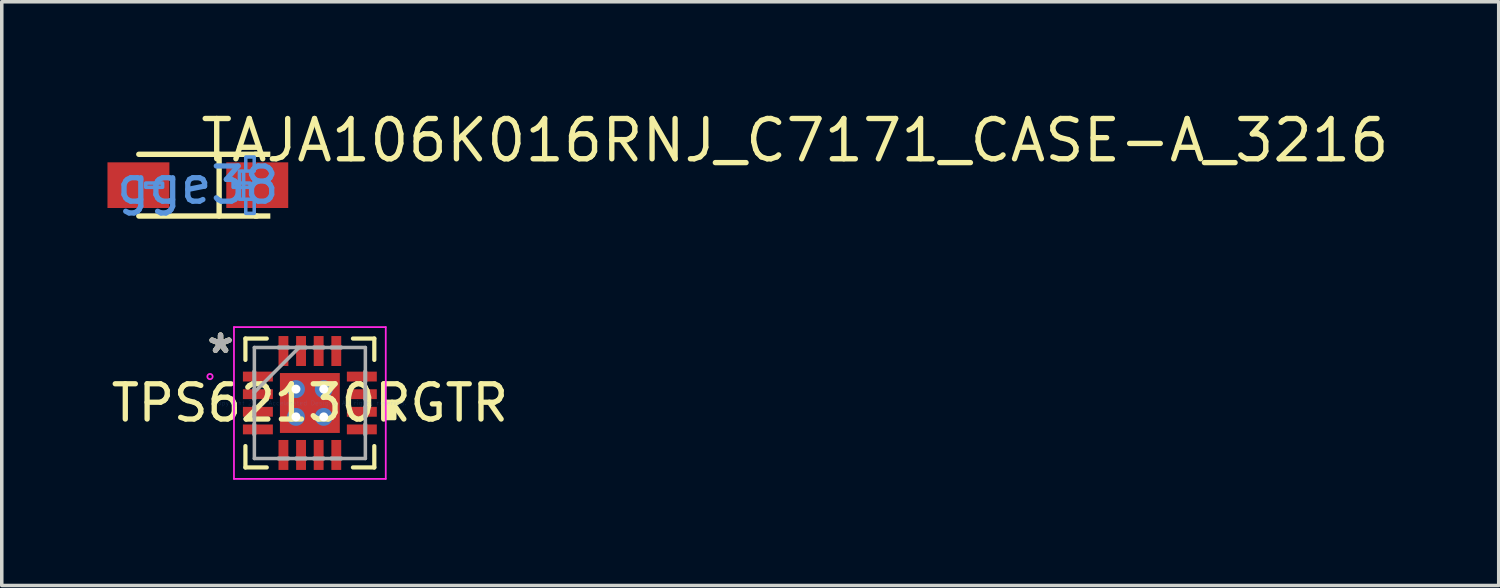
<source format=kicad_pcb>
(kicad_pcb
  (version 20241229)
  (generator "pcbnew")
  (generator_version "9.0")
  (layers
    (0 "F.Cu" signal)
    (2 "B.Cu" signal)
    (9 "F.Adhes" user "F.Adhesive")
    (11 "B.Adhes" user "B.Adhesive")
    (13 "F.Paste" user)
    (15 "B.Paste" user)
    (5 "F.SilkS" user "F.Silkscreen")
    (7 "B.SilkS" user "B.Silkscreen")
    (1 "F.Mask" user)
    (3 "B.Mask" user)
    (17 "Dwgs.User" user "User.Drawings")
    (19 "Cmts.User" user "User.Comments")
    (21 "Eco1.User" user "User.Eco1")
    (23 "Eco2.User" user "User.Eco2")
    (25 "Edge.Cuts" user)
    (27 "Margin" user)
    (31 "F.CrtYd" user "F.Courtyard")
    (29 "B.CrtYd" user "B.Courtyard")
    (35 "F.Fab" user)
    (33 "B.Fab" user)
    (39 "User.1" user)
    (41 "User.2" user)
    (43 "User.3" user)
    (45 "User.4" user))
  (footprint "TAJA106K016RNJ_C7171_CASE-A_3216"
    (layer "F.Cu")
    (at 2.565 2.205)
    (property "Reference" "TAJA106K016RNJ_C7171_CASE-A_3216" (at 0 -1.27 0) (layer "F.SilkS") (effects (font (size 1.143 1.143) (thickness 0.152)) (justify left)))
    (attr smd)
    (fp_line (start -1.676 -0.876) (end 1.676 -0.876) (stroke (width 0.152) (type solid)) (layer "F.SilkS"))
    (fp_line (start -1.676 0.876) (end 1.676 0.876) (stroke (width 0.152) (type solid)) (layer "F.SilkS"))
    (fp_line (start 0.604 -0.876) (end 0.604 0.876) (stroke (width 0.152) (type solid)) (layer "F.SilkS"))
    (fp_poly (pts (xy 1.6 -0.952) (xy 1.6 -0.8) (xy 2.057 -0.8) (xy 2.057 -0.952)) (stroke (width 0) (type solid)) (fill yes) (layer "F.SilkS"))
    (fp_poly (pts (xy 1.6 0.952) (xy 1.6 0.8) (xy 2.057 0.8) (xy 2.057 0.952)) (stroke (width 0) (type solid)) (fill yes) (layer "F.SilkS"))
    (fp_poly (pts (xy -1.48 0.06) (xy -1.48 -0.06) (xy -1 -0.06) (xy -1 0.06)) (stroke (width 0.1) (type solid)) (fill no) (layer "Cmts.User"))
    (fp_poly (pts (xy 1.3 0.4) (xy 1.3 -0.4) (xy 1.18 -0.4) (xy 1.18 0.4)) (stroke (width 0.1) (type solid)) (fill no) (layer "Cmts.User"))
    (fp_poly (pts (xy 1.48 0.06) (xy 1.48 -0.06) (xy 1 -0.06) (xy 1 0.06)) (stroke (width 0.1) (type solid)) (fill no) (layer "Cmts.User"))
    (fp_poly (pts (xy 1.6 -0.8) (xy 1.6 -0.4) (xy 1.36 -0.4) (xy 1.36 -0.8)) (stroke (width 0.1) (type solid)) (fill no) (layer "Cmts.User"))
    (fp_poly (pts (xy 1.6 0.8) (xy 1.6 0.4) (xy 1.36 0.4) (xy 1.36 0.8)) (stroke (width 0.1) (type solid)) (fill no) (layer "Cmts.User"))
    (fp_text user "gge38" (at 0 0 0) (layer "Cmts.User") (effects (font (size 1 1) (thickness 0.15))))
    (pad "1" smd rect (at 1.686 0) (size 1.758 1.296) (layers "F.Cu" "F.Mask" "F.Paste"))
    (pad "2" smd rect (at -1.686 0) (size 1.758 1.296) (layers "F.Cu" "F.Mask" "F.Paste")))
  (footprint "TPS62130RGTR"
    (layer "F.Cu")
    (at 5.744 8.387)
    (property "Reference" "TPS62130RGTR" (at 0 0 0) (layer "F.SilkS") (effects (font (size 1 1) (thickness 0.15))))
    (attr through_hole)
    (fp_poly (pts (xy -1.97 -0.96) (xy -1.97 -0.54) (xy -0.98 -0.54) (xy -0.98 -0.96)) (stroke (width 0.1) (type solid)) (fill yes) (layer "F.Mask"))
    (fp_poly (pts (xy -1.97 -0.46) (xy -1.97 -0.04) (xy -0.98 -0.04) (xy -0.98 -0.46)) (stroke (width 0.1) (type solid)) (fill yes) (layer "F.Mask"))
    (fp_poly (pts (xy -1.97 0.04) (xy -1.97 0.46) (xy -0.98 0.46) (xy -0.98 0.04)) (stroke (width 0.1) (type solid)) (fill yes) (layer "F.Mask"))
    (fp_poly (pts (xy -1.97 0.54) (xy -1.97 0.96) (xy -0.98 0.96) (xy -0.98 0.54)) (stroke (width 0.1) (type solid)) (fill yes) (layer "F.Mask"))
    (fp_poly (pts (xy -0.96 -1.97) (xy -0.96 -0.98) (xy -0.541 -0.98) (xy -0.541 -1.97)) (stroke (width 0.1) (type solid)) (fill yes) (layer "F.Mask"))
    (fp_poly (pts (xy -0.96 0.98) (xy -0.96 1.97) (xy -0.541 1.97) (xy -0.541 0.98)) (stroke (width 0.1) (type solid)) (fill yes) (layer "F.Mask"))
    (fp_poly (pts (xy -0.913 -0.913) (xy -0.594 -0.913) (xy -0.594 0.913) (xy -0.913 0.913)) (stroke (width 0.1) (type solid)) (fill yes) (layer "F.Mask"))
    (fp_poly (pts (xy -0.913 -0.913) (xy 0.913 -0.913) (xy 0.913 -0.594) (xy -0.913 -0.594)) (stroke (width 0.1) (type solid)) (fill yes) (layer "F.Mask"))
    (fp_poly (pts (xy -0.913 -0.194) (xy 0.913 -0.194) (xy 0.913 0.194) (xy -0.913 0.194)) (stroke (width 0.1) (type solid)) (fill yes) (layer "F.Mask"))
    (fp_poly (pts (xy -0.913 0.594) (xy 0.913 0.594) (xy 0.913 0.913) (xy -0.913 0.913)) (stroke (width 0.1) (type solid)) (fill yes) (layer "F.Mask"))
    (fp_poly (pts (xy -0.46 -1.97) (xy -0.46 -0.98) (xy -0.04 -0.98) (xy -0.04 -1.97)) (stroke (width 0.1) (type solid)) (fill yes) (layer "F.Mask"))
    (fp_poly (pts (xy -0.46 0.98) (xy -0.46 1.97) (xy -0.04 1.97) (xy -0.04 0.98)) (stroke (width 0.1) (type solid)) (fill yes) (layer "F.Mask"))
    (fp_poly (pts (xy 0.04 -1.97) (xy 0.04 -0.98) (xy 0.46 -0.98) (xy 0.46 -1.97)) (stroke (width 0.1) (type solid)) (fill yes) (layer "F.Mask"))
    (fp_poly (pts (xy 0.04 0.98) (xy 0.04 1.97) (xy 0.46 1.97) (xy 0.46 0.98)) (stroke (width 0.1) (type solid)) (fill yes) (layer "F.Mask"))
    (fp_poly (pts (xy 0.194 -0.913) (xy -0.194 -0.913) (xy -0.194 0.913) (xy 0.194 0.913)) (stroke (width 0.1) (type solid)) (fill yes) (layer "F.Mask"))
    (fp_poly (pts (xy 0.541 -1.97) (xy 0.541 -0.98) (xy 0.96 -0.98) (xy 0.96 -1.97)) (stroke (width 0.1) (type solid)) (fill yes) (layer "F.Mask"))
    (fp_poly (pts (xy 0.541 0.98) (xy 0.541 1.97) (xy 0.96 1.97) (xy 0.96 0.98)) (stroke (width 0.1) (type solid)) (fill yes) (layer "F.Mask"))
    (fp_poly (pts (xy 0.594 -0.913) (xy 0.913 -0.913) (xy 0.913 0.913) (xy 0.594 0.913)) (stroke (width 0.1) (type solid)) (fill yes) (layer "F.Mask"))
    (fp_poly (pts (xy 0.98 -0.96) (xy 0.98 -0.54) (xy 1.97 -0.54) (xy 1.97 -0.96)) (stroke (width 0.1) (type solid)) (fill yes) (layer "F.Mask"))
    (fp_poly (pts (xy 0.98 -0.46) (xy 0.98 -0.04) (xy 1.97 -0.04) (xy 1.97 -0.46)) (stroke (width 0.1) (type solid)) (fill yes) (layer "F.Mask"))
    (fp_poly (pts (xy 0.98 0.04) (xy 0.98 0.46) (xy 1.97 0.46) (xy 1.97 0.04)) (stroke (width 0.1) (type solid)) (fill yes) (layer "F.Mask"))
    (fp_poly (pts (xy 0.98 0.54) (xy 0.98 0.96) (xy 1.97 0.96) (xy 1.97 0.54)) (stroke (width 0.1) (type solid)) (fill yes) (layer "F.Mask"))
    (fp_line (start -1.829 -1.829) (end -1.829 -1.223) (stroke (width 0.12) (type solid)) (layer "F.SilkS"))
    (fp_line (start -1.829 1.223) (end -1.829 1.829) (stroke (width 0.12) (type solid)) (layer "F.SilkS"))
    (fp_line (start -1.829 1.829) (end -1.223 1.829) (stroke (width 0.12) (type solid)) (layer "F.SilkS"))
    (fp_line (start -1.223 -1.829) (end -1.829 -1.829) (stroke (width 0.12) (type solid)) (layer "F.SilkS"))
    (fp_line (start 1.223 1.829) (end 1.829 1.829) (stroke (width 0.12) (type solid)) (layer "F.SilkS"))
    (fp_line (start 1.829 -1.829) (end 1.223 -1.829) (stroke (width 0.12) (type solid)) (layer "F.SilkS"))
    (fp_line (start 1.829 -1.223) (end 1.829 -1.829) (stroke (width 0.12) (type solid)) (layer "F.SilkS"))
    (fp_line (start 1.829 1.829) (end 1.829 1.223) (stroke (width 0.12) (type solid)) (layer "F.SilkS"))
    (fp_poly (pts (xy 2.408 0.059) (xy 2.408 0.441) (xy 2.154 0.441) (xy 2.154 0.059)) (stroke (width 0.1) (type solid)) (fill yes) (layer "F.SilkS"))
    (fp_poly (pts (xy -1.875 -0.865) (xy -1.875 -0.635) (xy -1.075 -0.635) (xy -1.075 -0.865)) (stroke (width 0.1) (type solid)) (fill yes) (layer "F.Paste"))
    (fp_poly (pts (xy -1.875 -0.365) (xy -1.875 -0.135) (xy -1.075 -0.135) (xy -1.075 -0.365)) (stroke (width 0.1) (type solid)) (fill yes) (layer "F.Paste"))
    (fp_poly (pts (xy -1.875 0.135) (xy -1.875 0.365) (xy -1.075 0.365) (xy -1.075 0.135)) (stroke (width 0.1) (type solid)) (fill yes) (layer "F.Paste"))
    (fp_poly (pts (xy -1.875 0.635) (xy -1.875 0.865) (xy -1.075 0.865) (xy -1.075 0.635)) (stroke (width 0.1) (type solid)) (fill yes) (layer "F.Paste"))
    (fp_poly (pts (xy -0.865 -1.875) (xy -0.865 -1.075) (xy -0.635 -1.075) (xy -0.635 -1.875)) (stroke (width 0.1) (type solid)) (fill yes) (layer "F.Paste"))
    (fp_poly (pts (xy -0.865 1.075) (xy -0.865 1.875) (xy -0.635 1.875) (xy -0.635 1.075)) (stroke (width 0.1) (type solid)) (fill yes) (layer "F.Paste"))
    (fp_poly (pts (xy -0.365 -1.875) (xy -0.365 -1.075) (xy -0.135 -1.075) (xy -0.135 -1.875)) (stroke (width 0.1) (type solid)) (fill yes) (layer "F.Paste"))
    (fp_poly (pts (xy -0.365 1.075) (xy -0.365 1.875) (xy -0.135 1.875) (xy -0.135 1.075)) (stroke (width 0.1) (type solid)) (fill yes) (layer "F.Paste"))
    (fp_poly (pts (xy 0.135 -1.875) (xy 0.135 -1.075) (xy 0.365 -1.075) (xy 0.365 -1.875)) (stroke (width 0.1) (type solid)) (fill yes) (layer "F.Paste"))
    (fp_poly (pts (xy 0.135 1.075) (xy 0.135 1.875) (xy 0.365 1.875) (xy 0.365 1.075)) (stroke (width 0.1) (type solid)) (fill yes) (layer "F.Paste"))
    (fp_poly (pts (xy 0.635 -1.875) (xy 0.635 -1.075) (xy 0.865 -1.075) (xy 0.865 -1.875)) (stroke (width 0.1) (type solid)) (fill yes) (layer "F.Paste"))
    (fp_poly (pts (xy 0.635 1.075) (xy 0.635 1.875) (xy 0.865 1.875) (xy 0.865 1.075)) (stroke (width 0.1) (type solid)) (fill yes) (layer "F.Paste"))
    (fp_poly (pts (xy 1.075 -0.865) (xy 1.075 -0.635) (xy 1.875 -0.635) (xy 1.875 -0.865)) (stroke (width 0.1) (type solid)) (fill yes) (layer "F.Paste"))
    (fp_poly (pts (xy 1.075 -0.365) (xy 1.075 -0.135) (xy 1.875 -0.135) (xy 1.875 -0.365)) (stroke (width 0.1) (type solid)) (fill yes) (layer "F.Paste"))
    (fp_poly (pts (xy 1.075 0.135) (xy 1.075 0.365) (xy 1.875 0.365) (xy 1.875 0.135)) (stroke (width 0.1) (type solid)) (fill yes) (layer "F.Paste"))
    (fp_poly (pts (xy 1.075 0.635) (xy 1.075 0.865) (xy 1.875 0.865) (xy 1.875 0.635)) (stroke (width 0.1) (type solid)) (fill yes) (layer "F.Paste"))
    (fp_poly (pts (xy -0.775 -0.775) (xy -0.775 -0.494) (xy -0.635 -0.494) (xy -0.494 -0.635) (xy -0.494 -0.775)) (stroke (width 0.1) (type solid)) (fill yes) (layer "F.Paste"))
    (fp_poly (pts (xy -0.775 0.494) (xy -0.775 0.775) (xy -0.494 0.775) (xy -0.494 0.635) (xy -0.635 0.494)) (stroke (width 0.1) (type solid)) (fill yes) (layer "F.Paste"))
    (fp_poly (pts (xy 0.494 -0.775) (xy 0.494 -0.635) (xy 0.635 -0.494) (xy 0.775 -0.494) (xy 0.775 -0.775)) (stroke (width 0.1) (type solid)) (fill yes) (layer "F.Paste"))
    (fp_poly (pts (xy 0.635 0.494) (xy 0.494 0.635) (xy 0.494 0.775) (xy 0.775 0.775) (xy 0.775 0.494)) (stroke (width 0.1) (type solid)) (fill yes) (layer "F.Paste"))
    (fp_poly (pts (xy -0.775 -0.294) (xy -0.775 0.294) (xy -0.635 0.294) (xy -0.494 0.152) (xy -0.494 -0.152) (xy -0.635 -0.294)) (stroke (width 0.1) (type solid)) (fill yes) (layer "F.Paste"))
    (fp_poly (pts (xy -0.294 -0.775) (xy -0.294 -0.635) (xy -0.152 -0.494) (xy 0.152 -0.494) (xy 0.294 -0.635) (xy 0.294 -0.775)) (stroke (width 0.1) (type solid)) (fill yes) (layer "F.Paste"))
    (fp_poly (pts (xy -0.152 0.494) (xy -0.294 0.635) (xy -0.294 0.775) (xy 0.294 0.775) (xy 0.294 0.635) (xy 0.152 0.494)) (stroke (width 0.1) (type solid)) (fill yes) (layer "F.Paste"))
    (fp_poly (pts (xy 0.635 -0.294) (xy 0.494 -0.152) (xy 0.494 0.152) (xy 0.635 0.294) (xy 0.775 0.294) (xy 0.775 -0.294)) (stroke (width 0.1) (type solid)) (fill yes) (layer "F.Paste"))
    (fp_poly (pts (xy -0.152 -0.294) (xy -0.294 -0.152) (xy -0.294 0.152) (xy -0.152 0.294) (xy 0.152 0.294) (xy 0.294 0.152) (xy 0.294 -0.152) (xy 0.152 -0.294)) (stroke (width 0.1) (type solid)) (fill yes) (layer "F.Paste"))
    (fp_line (start -2.154 -2.154) (end 2.154 -2.154) (stroke (width 0.05) (type solid)) (layer "F.CrtYd"))
    (fp_line (start -2.154 2.154) (end -2.154 -2.154) (stroke (width 0.05) (type solid)) (layer "F.CrtYd"))
    (fp_line (start 2.154 -2.154) (end 2.154 2.154) (stroke (width 0.05) (type solid)) (layer "F.CrtYd"))
    (fp_line (start 2.154 2.154) (end -2.154 2.154) (stroke (width 0.05) (type solid)) (layer "F.CrtYd"))
    (fp_circle (center -2.834 -0.75) (end -2.758 -0.75) (stroke (width 0.05) (type solid)) (fill no) (layer "F.CrtYd"))
    (fp_line (start -1.575 -1.575) (end -1.575 1.575) (stroke (width 0.1) (type solid)) (layer "F.Fab"))
    (fp_line (start -1.575 -0.9) (end -1.575 -0.9) (stroke (width 0.1) (type solid)) (layer "F.Fab"))
    (fp_line (start -1.575 -0.9) (end -1.575 -0.6) (stroke (width 0.1) (type solid)) (layer "F.Fab"))
    (fp_line (start -1.575 -0.6) (end -1.575 -0.9) (stroke (width 0.1) (type solid)) (layer "F.Fab"))
    (fp_line (start -1.575 -0.6) (end -1.575 -0.6) (stroke (width 0.1) (type solid)) (layer "F.Fab"))
    (fp_line (start -1.575 -0.4) (end -1.575 -0.4) (stroke (width 0.1) (type solid)) (layer "F.Fab"))
    (fp_line (start -1.575 -0.4) (end -1.575 -0.1) (stroke (width 0.1) (type solid)) (layer "F.Fab"))
    (fp_line (start -1.575 -0.305) (end -0.305 -1.575) (stroke (width 0.1) (type solid)) (layer "F.Fab"))
    (fp_line (start -1.575 -0.1) (end -1.575 -0.4) (stroke (width 0.1) (type solid)) (layer "F.Fab"))
    (fp_line (start -1.575 -0.1) (end -1.575 -0.1) (stroke (width 0.1) (type solid)) (layer "F.Fab"))
    (fp_line (start -1.575 0.1) (end -1.575 0.1) (stroke (width 0.1) (type solid)) (layer "F.Fab"))
    (fp_line (start -1.575 0.1) (end -1.575 0.4) (stroke (width 0.1) (type solid)) (layer "F.Fab"))
    (fp_line (start -1.575 0.4) (end -1.575 0.1) (stroke (width 0.1) (type solid)) (layer "F.Fab"))
    (fp_line (start -1.575 0.4) (end -1.575 0.4) (stroke (width 0.1) (type solid)) (layer "F.Fab"))
    (fp_line (start -1.575 0.6) (end -1.575 0.6) (stroke (width 0.1) (type solid)) (layer "F.Fab"))
    (fp_line (start -1.575 0.6) (end -1.575 0.9) (stroke (width 0.1) (type solid)) (layer "F.Fab"))
    (fp_line (start -1.575 0.9) (end -1.575 0.6) (stroke (width 0.1) (type solid)) (layer "F.Fab"))
    (fp_line (start -1.575 0.9) (end -1.575 0.9) (stroke (width 0.1) (type solid)) (layer "F.Fab"))
    (fp_line (start -1.575 1.575) (end 1.575 1.575) (stroke (width 0.1) (type solid)) (layer "F.Fab"))
    (fp_line (start -0.9 -1.575) (end -0.9 -1.575) (stroke (width 0.1) (type solid)) (layer "F.Fab"))
    (fp_line (start -0.9 -1.575) (end -0.6 -1.575) (stroke (width 0.1) (type solid)) (layer "F.Fab"))
    (fp_line (start -0.9 1.575) (end -0.9 1.575) (stroke (width 0.1) (type solid)) (layer "F.Fab"))
    (fp_line (start -0.9 1.575) (end -0.6 1.575) (stroke (width 0.1) (type solid)) (layer "F.Fab"))
    (fp_line (start -0.6 -1.575) (end -0.9 -1.575) (stroke (width 0.1) (type solid)) (layer "F.Fab"))
    (fp_line (start -0.6 -1.575) (end -0.6 -1.575) (stroke (width 0.1) (type solid)) (layer "F.Fab"))
    (fp_line (start -0.6 1.575) (end -0.9 1.575) (stroke (width 0.1) (type solid)) (layer "F.Fab"))
    (fp_line (start -0.6 1.575) (end -0.6 1.575) (stroke (width 0.1) (type solid)) (layer "F.Fab"))
    (fp_line (start -0.4 -1.575) (end -0.4 -1.575) (stroke (width 0.1) (type solid)) (layer "F.Fab"))
    (fp_line (start -0.4 -1.575) (end -0.1 -1.575) (stroke (width 0.1) (type solid)) (layer "F.Fab"))
    (fp_line (start -0.4 1.575) (end -0.4 1.575) (stroke (width 0.1) (type solid)) (layer "F.Fab"))
    (fp_line (start -0.4 1.575) (end -0.1 1.575) (stroke (width 0.1) (type solid)) (layer "F.Fab"))
    (fp_line (start -0.1 -1.575) (end -0.4 -1.575) (stroke (width 0.1) (type solid)) (layer "F.Fab"))
    (fp_line (start -0.1 -1.575) (end -0.1 -1.575) (stroke (width 0.1) (type solid)) (layer "F.Fab"))
    (fp_line (start -0.1 1.575) (end -0.4 1.575) (stroke (width 0.1) (type solid)) (layer "F.Fab"))
    (fp_line (start -0.1 1.575) (end -0.1 1.575) (stroke (width 0.1) (type solid)) (layer "F.Fab"))
    (fp_line (start 0.1 -1.575) (end 0.1 -1.575) (stroke (width 0.1) (type solid)) (layer "F.Fab"))
    (fp_line (start 0.1 -1.575) (end 0.4 -1.575) (stroke (width 0.1) (type solid)) (layer "F.Fab"))
    (fp_line (start 0.1 1.575) (end 0.1 1.575) (stroke (width 0.1) (type solid)) (layer "F.Fab"))
    (fp_line (start 0.1 1.575) (end 0.4 1.575) (stroke (width 0.1) (type solid)) (layer "F.Fab"))
    (fp_line (start 0.4 -1.575) (end 0.1 -1.575) (stroke (width 0.1) (type solid)) (layer "F.Fab"))
    (fp_line (start 0.4 -1.575) (end 0.4 -1.575) (stroke (width 0.1) (type solid)) (layer "F.Fab"))
    (fp_line (start 0.4 1.575) (end 0.1 1.575) (stroke (width 0.1) (type solid)) (layer "F.Fab"))
    (fp_line (start 0.4 1.575) (end 0.4 1.575) (stroke (width 0.1) (type solid)) (layer "F.Fab"))
    (fp_line (start 0.6 -1.575) (end 0.6 -1.575) (stroke (width 0.1) (type solid)) (layer "F.Fab"))
    (fp_line (start 0.6 -1.575) (end 0.9 -1.575) (stroke (width 0.1) (type solid)) (layer "F.Fab"))
    (fp_line (start 0.6 1.575) (end 0.6 1.575) (stroke (width 0.1) (type solid)) (layer "F.Fab"))
    (fp_line (start 0.6 1.575) (end 0.9 1.575) (stroke (width 0.1) (type solid)) (layer "F.Fab"))
    (fp_line (start 0.9 -1.575) (end 0.6 -1.575) (stroke (width 0.1) (type solid)) (layer "F.Fab"))
    (fp_line (start 0.9 -1.575) (end 0.9 -1.575) (stroke (width 0.1) (type solid)) (layer "F.Fab"))
    (fp_line (start 0.9 1.575) (end 0.6 1.575) (stroke (width 0.1) (type solid)) (layer "F.Fab"))
    (fp_line (start 0.9 1.575) (end 0.9 1.575) (stroke (width 0.1) (type solid)) (layer "F.Fab"))
    (fp_line (start 1.575 -1.575) (end -1.575 -1.575) (stroke (width 0.1) (type solid)) (layer "F.Fab"))
    (fp_line (start 1.575 -0.9) (end 1.575 -0.9) (stroke (width 0.1) (type solid)) (layer "F.Fab"))
    (fp_line (start 1.575 -0.9) (end 1.575 -0.6) (stroke (width 0.1) (type solid)) (layer "F.Fab"))
    (fp_line (start 1.575 -0.6) (end 1.575 -0.9) (stroke (width 0.1) (type solid)) (layer "F.Fab"))
    (fp_line (start 1.575 -0.6) (end 1.575 -0.6) (stroke (width 0.1) (type solid)) (layer "F.Fab"))
    (fp_line (start 1.575 -0.4) (end 1.575 -0.4) (stroke (width 0.1) (type solid)) (layer "F.Fab"))
    (fp_line (start 1.575 -0.4) (end 1.575 -0.1) (stroke (width 0.1) (type solid)) (layer "F.Fab"))
    (fp_line (start 1.575 -0.1) (end 1.575 -0.4) (stroke (width 0.1) (type solid)) (layer "F.Fab"))
    (fp_line (start 1.575 -0.1) (end 1.575 -0.1) (stroke (width 0.1) (type solid)) (layer "F.Fab"))
    (fp_line (start 1.575 0.1) (end 1.575 0.1) (stroke (width 0.1) (type solid)) (layer "F.Fab"))
    (fp_line (start 1.575 0.1) (end 1.575 0.4) (stroke (width 0.1) (type solid)) (layer "F.Fab"))
    (fp_line (start 1.575 0.4) (end 1.575 0.1) (stroke (width 0.1) (type solid)) (layer "F.Fab"))
    (fp_line (start 1.575 0.4) (end 1.575 0.4) (stroke (width 0.1) (type solid)) (layer "F.Fab"))
    (fp_line (start 1.575 0.6) (end 1.575 0.6) (stroke (width 0.1) (type solid)) (layer "F.Fab"))
    (fp_line (start 1.575 0.6) (end 1.575 0.9) (stroke (width 0.1) (type solid)) (layer "F.Fab"))
    (fp_line (start 1.575 0.9) (end 1.575 0.6) (stroke (width 0.1) (type solid)) (layer "F.Fab"))
    (fp_line (start 1.575 0.9) (end 1.575 0.9) (stroke (width 0.1) (type solid)) (layer "F.Fab"))
    (fp_line (start 1.575 1.575) (end 1.575 -1.575) (stroke (width 0.1) (type solid)) (layer "F.Fab"))
    (fp_text user "*" (at -2.535 -1.381 0) (layer "F.SilkS") (effects (font (size 1 1) (thickness 0.15))))
    (fp_text user "*" (at -2.535 -1.381 0) (layer "F.SilkS") (effects (font (size 1 1) (thickness 0.15))))
    (fp_text user "Copyright 2021 Accelerated Designs. All rights reserved." (at 0 0 0) (layer "Cmts.User") (effects (font (size 0.127 0.127) (thickness 0.002))))
    (fp_text user "*" (at -2.535 -1.381 0) (layer "F.Fab") (effects (font (size 1 1) (thickness 0.15))))
    (fp_text user "*" (at -2.535 -1.381 0) (layer "F.Fab") (effects (font (size 1 1) (thickness 0.15))))
    (pad "1" smd rect (at -1.475 -0.75 90) (size 0.28 0.85) (layers "F.Cu" "F.Mask"))
    (pad "2" smd rect (at -1.475 -0.25 90) (size 0.28 0.85) (layers "F.Cu" "F.Mask"))
    (pad "3" smd rect (at -1.475 0.25 90) (size 0.28 0.85) (layers "F.Cu" "F.Mask"))
    (pad "4" smd rect (at -1.475 0.75 90) (size 0.28 0.85) (layers "F.Cu" "F.Mask"))
    (pad "5" smd rect (at -0.75 1.475) (size 0.28 0.85) (layers "F.Cu" "F.Mask"))
    (pad "6" smd rect (at -0.25 1.475) (size 0.28 0.85) (layers "F.Cu" "F.Mask"))
    (pad "7" smd rect (at 0.25 1.475) (size 0.28 0.85) (layers "F.Cu" "F.Mask"))
    (pad "8" smd rect (at 0.75 1.475) (size 0.28 0.85) (layers "F.Cu" "F.Mask"))
    (pad "9" smd rect (at 1.475 0.75 90) (size 0.28 0.85) (layers "F.Cu" "F.Mask"))
    (pad "10" smd rect (at 1.475 0.25 90) (size 0.28 0.85) (layers "F.Cu" "F.Mask"))
    (pad "11" smd rect (at 1.475 -0.25 90) (size 0.28 0.85) (layers "F.Cu" "F.Mask"))
    (pad "12" smd rect (at 1.475 -0.75 90) (size 0.28 0.85) (layers "F.Cu" "F.Mask"))
    (pad "13" smd rect (at 0.75 -1.475) (size 0.28 0.85) (layers "F.Cu" "F.Mask"))
    (pad "14" smd rect (at 0.25 -1.475) (size 0.28 0.85) (layers "F.Cu" "F.Mask"))
    (pad "15" smd rect (at -0.25 -1.475) (size 0.28 0.85) (layers "F.Cu" "F.Mask"))
    (pad "16" smd rect (at -0.75 -1.475) (size 0.28 0.85) (layers "F.Cu" "F.Mask"))
    (pad "17" smd rect (at 0 0) (size 1.7 1.7) (layers "F.Cu"))
    (pad "V" thru_hole circle (at -0.394 -0.394) (size 0.508 0.508) (drill 0.254) (layers "*.Cu" "*.Mask"))
    (pad "V" thru_hole circle (at -0.394 0.394) (size 0.508 0.508) (drill 0.254) (layers "*.Cu" "*.Mask"))
    (pad "V" thru_hole circle (at 0.394 -0.394) (size 0.508 0.508) (drill 0.254) (layers "*.Cu" "*.Mask"))
    (pad "V" thru_hole circle (at 0.394 0.394) (size 0.508 0.508) (drill 0.254) (layers "*.Cu" "*.Mask")))
  (gr_rect
    (start -3 -3)
    (end 39.484 13.566)
    (stroke (width 0.1) (type default))
    (fill no)
    (layer "Edge.Cuts")))
</source>
